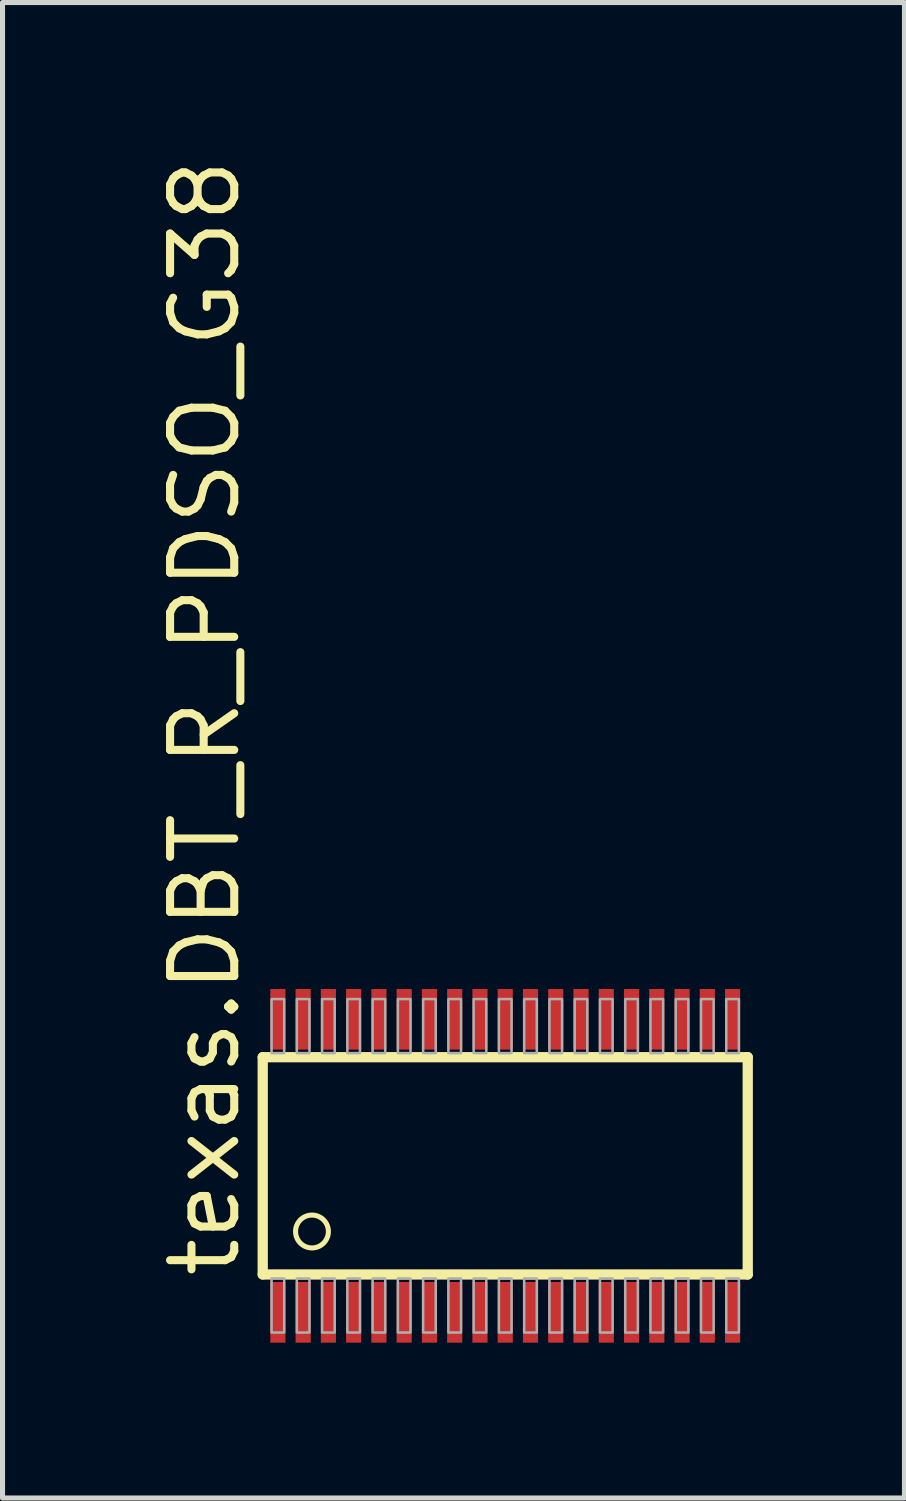
<source format=kicad_pcb>
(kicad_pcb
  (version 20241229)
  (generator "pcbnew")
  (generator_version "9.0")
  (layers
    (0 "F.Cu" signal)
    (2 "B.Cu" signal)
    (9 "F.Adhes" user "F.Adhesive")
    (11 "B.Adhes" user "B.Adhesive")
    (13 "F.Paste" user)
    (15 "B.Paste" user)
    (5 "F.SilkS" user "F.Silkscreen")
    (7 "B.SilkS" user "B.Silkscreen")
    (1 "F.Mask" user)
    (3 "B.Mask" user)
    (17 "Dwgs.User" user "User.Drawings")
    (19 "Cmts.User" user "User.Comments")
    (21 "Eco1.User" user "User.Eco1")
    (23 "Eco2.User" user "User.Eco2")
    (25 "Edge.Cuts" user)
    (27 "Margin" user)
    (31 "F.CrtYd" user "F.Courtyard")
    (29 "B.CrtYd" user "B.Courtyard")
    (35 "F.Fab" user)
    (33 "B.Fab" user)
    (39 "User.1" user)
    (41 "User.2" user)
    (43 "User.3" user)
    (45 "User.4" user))
  (footprint "texas.DBT_R_PDSO_G38"
    (layer "F.Cu")
    (at 6.95 20.025)
    (property "Reference" "texas.DBT_R_PDSO_G38" (at -5.2 2.275 90) (layer "F.SilkS") (effects (font (size 1.27 1.27) (thickness 0.16)) (justify left bottom)))
    (attr smd)
    (fp_rect (start -4.675 -2.25) (end -4.325 -3.55) (stroke (width 0.05) (type default)) (fill yes) (layer "F.Mask"))
    (fp_rect (start -4.675 3.55) (end -4.325 2.25) (stroke (width 0.05) (type default)) (fill yes) (layer "F.Mask"))
    (fp_rect (start -4.175 -2.25) (end -3.825 -3.55) (stroke (width 0.05) (type default)) (fill yes) (layer "F.Mask"))
    (fp_rect (start -4.175 3.55) (end -3.825 2.25) (stroke (width 0.05) (type default)) (fill yes) (layer "F.Mask"))
    (fp_rect (start -3.675 -2.25) (end -3.325 -3.55) (stroke (width 0.05) (type default)) (fill yes) (layer "F.Mask"))
    (fp_rect (start -3.675 3.55) (end -3.325 2.25) (stroke (width 0.05) (type default)) (fill yes) (layer "F.Mask"))
    (fp_rect (start -3.175 -2.25) (end -2.825 -3.55) (stroke (width 0.05) (type default)) (fill yes) (layer "F.Mask"))
    (fp_rect (start -3.175 3.55) (end -2.825 2.25) (stroke (width 0.05) (type default)) (fill yes) (layer "F.Mask"))
    (fp_rect (start -2.675 -2.25) (end -2.325 -3.55) (stroke (width 0.05) (type default)) (fill yes) (layer "F.Mask"))
    (fp_rect (start -2.675 3.55) (end -2.325 2.25) (stroke (width 0.05) (type default)) (fill yes) (layer "F.Mask"))
    (fp_rect (start -2.175 -2.25) (end -1.825 -3.55) (stroke (width 0.05) (type default)) (fill yes) (layer "F.Mask"))
    (fp_rect (start -2.175 3.55) (end -1.825 2.25) (stroke (width 0.05) (type default)) (fill yes) (layer "F.Mask"))
    (fp_rect (start -1.675 -2.25) (end -1.325 -3.55) (stroke (width 0.05) (type default)) (fill yes) (layer "F.Mask"))
    (fp_rect (start -1.675 3.55) (end -1.325 2.25) (stroke (width 0.05) (type default)) (fill yes) (layer "F.Mask"))
    (fp_rect (start -1.175 -2.25) (end -0.825 -3.55) (stroke (width 0.05) (type default)) (fill yes) (layer "F.Mask"))
    (fp_rect (start -1.175 3.55) (end -0.825 2.25) (stroke (width 0.05) (type default)) (fill yes) (layer "F.Mask"))
    (fp_rect (start -0.675 -2.25) (end -0.325 -3.55) (stroke (width 0.05) (type default)) (fill yes) (layer "F.Mask"))
    (fp_rect (start -0.675 3.55) (end -0.325 2.25) (stroke (width 0.05) (type default)) (fill yes) (layer "F.Mask"))
    (fp_rect (start -0.175 -2.25) (end 0.175 -3.55) (stroke (width 0.05) (type default)) (fill yes) (layer "F.Mask"))
    (fp_rect (start -0.175 3.55) (end 0.175 2.25) (stroke (width 0.05) (type default)) (fill yes) (layer "F.Mask"))
    (fp_rect (start 0.325 -2.25) (end 0.675 -3.55) (stroke (width 0.05) (type default)) (fill yes) (layer "F.Mask"))
    (fp_rect (start 0.325 3.55) (end 0.675 2.25) (stroke (width 0.05) (type default)) (fill yes) (layer "F.Mask"))
    (fp_rect (start 0.825 -2.25) (end 1.175 -3.55) (stroke (width 0.05) (type default)) (fill yes) (layer "F.Mask"))
    (fp_rect (start 0.825 3.55) (end 1.175 2.25) (stroke (width 0.05) (type default)) (fill yes) (layer "F.Mask"))
    (fp_rect (start 1.325 -2.25) (end 1.675 -3.55) (stroke (width 0.05) (type default)) (fill yes) (layer "F.Mask"))
    (fp_rect (start 1.325 3.55) (end 1.675 2.25) (stroke (width 0.05) (type default)) (fill yes) (layer "F.Mask"))
    (fp_rect (start 1.825 -2.25) (end 2.175 -3.55) (stroke (width 0.05) (type default)) (fill yes) (layer "F.Mask"))
    (fp_rect (start 1.825 3.55) (end 2.175 2.25) (stroke (width 0.05) (type default)) (fill yes) (layer "F.Mask"))
    (fp_rect (start 2.325 -2.25) (end 2.675 -3.55) (stroke (width 0.05) (type default)) (fill yes) (layer "F.Mask"))
    (fp_rect (start 2.325 3.55) (end 2.675 2.25) (stroke (width 0.05) (type default)) (fill yes) (layer "F.Mask"))
    (fp_rect (start 2.825 -2.25) (end 3.175 -3.55) (stroke (width 0.05) (type default)) (fill yes) (layer "F.Mask"))
    (fp_rect (start 2.825 3.55) (end 3.175 2.25) (stroke (width 0.05) (type default)) (fill yes) (layer "F.Mask"))
    (fp_rect (start 3.325 -2.25) (end 3.675 -3.55) (stroke (width 0.05) (type default)) (fill yes) (layer "F.Mask"))
    (fp_rect (start 3.325 3.55) (end 3.675 2.25) (stroke (width 0.05) (type default)) (fill yes) (layer "F.Mask"))
    (fp_rect (start 3.825 -2.25) (end 4.175 -3.55) (stroke (width 0.05) (type default)) (fill yes) (layer "F.Mask"))
    (fp_rect (start 3.825 3.55) (end 4.175 2.25) (stroke (width 0.05) (type default)) (fill yes) (layer "F.Mask"))
    (fp_rect (start 4.325 -2.25) (end 4.675 -3.55) (stroke (width 0.05) (type default)) (fill yes) (layer "F.Mask"))
    (fp_rect (start 4.325 3.55) (end 4.675 2.25) (stroke (width 0.05) (type default)) (fill yes) (layer "F.Mask"))
    (fp_line (start -4.8 -2.15) (end 4.8 -2.15) (stroke (width 0.203) (type default)) (layer "F.SilkS"))
    (fp_line (start -4.8 2.15) (end -4.8 -2.15) (stroke (width 0.203) (type default)) (layer "F.SilkS"))
    (fp_line (start 4.8 -2.15) (end 4.8 2.15) (stroke (width 0.203) (type default)) (layer "F.SilkS"))
    (fp_line (start 4.8 2.15) (end -4.8 2.15) (stroke (width 0.203) (type default)) (layer "F.SilkS"))
    (fp_circle (center -3.825 1.3) (end -3.5 1.3) (stroke (width 0.1) (type default)) (fill no) (layer "F.SilkS"))
    (fp_rect (start -4.625 -2.23) (end -4.375 -3.3) (stroke (width 0.05) (type default)) (fill no) (layer "F.Fab"))
    (fp_rect (start -4.625 3.3) (end -4.375 2.23) (stroke (width 0.05) (type default)) (fill no) (layer "F.Fab"))
    (fp_rect (start -4.125 -2.23) (end -3.875 -3.3) (stroke (width 0.05) (type default)) (fill no) (layer "F.Fab"))
    (fp_rect (start -4.125 3.3) (end -3.875 2.23) (stroke (width 0.05) (type default)) (fill no) (layer "F.Fab"))
    (fp_rect (start -3.625 -2.23) (end -3.375 -3.3) (stroke (width 0.05) (type default)) (fill no) (layer "F.Fab"))
    (fp_rect (start -3.625 3.3) (end -3.375 2.23) (stroke (width 0.05) (type default)) (fill no) (layer "F.Fab"))
    (fp_rect (start -3.125 -2.23) (end -2.875 -3.3) (stroke (width 0.05) (type default)) (fill no) (layer "F.Fab"))
    (fp_rect (start -3.125 3.3) (end -2.875 2.23) (stroke (width 0.05) (type default)) (fill no) (layer "F.Fab"))
    (fp_rect (start -2.625 -2.23) (end -2.375 -3.3) (stroke (width 0.05) (type default)) (fill no) (layer "F.Fab"))
    (fp_rect (start -2.625 3.3) (end -2.375 2.23) (stroke (width 0.05) (type default)) (fill no) (layer "F.Fab"))
    (fp_rect (start -2.125 -2.23) (end -1.875 -3.3) (stroke (width 0.05) (type default)) (fill no) (layer "F.Fab"))
    (fp_rect (start -2.125 3.3) (end -1.875 2.23) (stroke (width 0.05) (type default)) (fill no) (layer "F.Fab"))
    (fp_rect (start -1.625 -2.23) (end -1.375 -3.3) (stroke (width 0.05) (type default)) (fill no) (layer "F.Fab"))
    (fp_rect (start -1.625 3.3) (end -1.375 2.23) (stroke (width 0.05) (type default)) (fill no) (layer "F.Fab"))
    (fp_rect (start -1.125 -2.23) (end -0.875 -3.3) (stroke (width 0.05) (type default)) (fill no) (layer "F.Fab"))
    (fp_rect (start -1.125 3.3) (end -0.875 2.23) (stroke (width 0.05) (type default)) (fill no) (layer "F.Fab"))
    (fp_rect (start -0.625 -2.23) (end -0.375 -3.3) (stroke (width 0.05) (type default)) (fill no) (layer "F.Fab"))
    (fp_rect (start -0.625 3.3) (end -0.375 2.23) (stroke (width 0.05) (type default)) (fill no) (layer "F.Fab"))
    (fp_rect (start -0.125 -2.23) (end 0.125 -3.3) (stroke (width 0.05) (type default)) (fill no) (layer "F.Fab"))
    (fp_rect (start -0.125 3.3) (end 0.125 2.23) (stroke (width 0.05) (type default)) (fill no) (layer "F.Fab"))
    (fp_rect (start 0.375 -2.23) (end 0.625 -3.3) (stroke (width 0.05) (type default)) (fill no) (layer "F.Fab"))
    (fp_rect (start 0.375 3.3) (end 0.625 2.23) (stroke (width 0.05) (type default)) (fill no) (layer "F.Fab"))
    (fp_rect (start 0.875 -2.23) (end 1.125 -3.3) (stroke (width 0.05) (type default)) (fill no) (layer "F.Fab"))
    (fp_rect (start 0.875 3.3) (end 1.125 2.23) (stroke (width 0.05) (type default)) (fill no) (layer "F.Fab"))
    (fp_rect (start 1.375 -2.23) (end 1.625 -3.3) (stroke (width 0.05) (type default)) (fill no) (layer "F.Fab"))
    (fp_rect (start 1.375 3.3) (end 1.625 2.23) (stroke (width 0.05) (type default)) (fill no) (layer "F.Fab"))
    (fp_rect (start 1.875 -2.23) (end 2.125 -3.3) (stroke (width 0.05) (type default)) (fill no) (layer "F.Fab"))
    (fp_rect (start 1.875 3.3) (end 2.125 2.23) (stroke (width 0.05) (type default)) (fill no) (layer "F.Fab"))
    (fp_rect (start 2.375 -2.23) (end 2.625 -3.3) (stroke (width 0.05) (type default)) (fill no) (layer "F.Fab"))
    (fp_rect (start 2.375 3.3) (end 2.625 2.23) (stroke (width 0.05) (type default)) (fill no) (layer "F.Fab"))
    (fp_rect (start 2.875 -2.23) (end 3.125 -3.3) (stroke (width 0.05) (type default)) (fill no) (layer "F.Fab"))
    (fp_rect (start 2.875 3.3) (end 3.125 2.23) (stroke (width 0.05) (type default)) (fill no) (layer "F.Fab"))
    (fp_rect (start 3.375 -2.23) (end 3.625 -3.3) (stroke (width 0.05) (type default)) (fill no) (layer "F.Fab"))
    (fp_rect (start 3.375 3.3) (end 3.625 2.23) (stroke (width 0.05) (type default)) (fill no) (layer "F.Fab"))
    (fp_rect (start 3.875 -2.23) (end 4.125 -3.3) (stroke (width 0.05) (type default)) (fill no) (layer "F.Fab"))
    (fp_rect (start 3.875 3.3) (end 4.125 2.23) (stroke (width 0.05) (type default)) (fill no) (layer "F.Fab"))
    (fp_rect (start 4.375 -2.23) (end 4.625 -3.3) (stroke (width 0.05) (type default)) (fill no) (layer "F.Fab"))
    (fp_rect (start 4.375 3.3) (end 4.625 2.23) (stroke (width 0.05) (type default)) (fill no) (layer "F.Fab"))
    (pad "1" smd roundrect (at -4.5 2.9) (size 0.3 1.2) (layers "F.Cu" "F.Mask" "F.Paste") (roundrect_rratio 0.01))
    (pad "2" smd roundrect (at -4 2.9) (size 0.3 1.2) (layers "F.Cu" "F.Mask" "F.Paste") (roundrect_rratio 0.01))
    (pad "3" smd roundrect (at -3.5 2.9) (size 0.3 1.2) (layers "F.Cu" "F.Mask" "F.Paste") (roundrect_rratio 0.01))
    (pad "4" smd roundrect (at -3 2.9) (size 0.3 1.2) (layers "F.Cu" "F.Mask" "F.Paste") (roundrect_rratio 0.01))
    (pad "5" smd roundrect (at -2.5 2.9) (size 0.3 1.2) (layers "F.Cu" "F.Mask" "F.Paste") (roundrect_rratio 0.01))
    (pad "6" smd roundrect (at -2 2.9) (size 0.3 1.2) (layers "F.Cu" "F.Mask" "F.Paste") (roundrect_rratio 0.01))
    (pad "7" smd roundrect (at -1.5 2.9) (size 0.3 1.2) (layers "F.Cu" "F.Mask" "F.Paste") (roundrect_rratio 0.01))
    (pad "8" smd roundrect (at -1 2.9) (size 0.3 1.2) (layers "F.Cu" "F.Mask" "F.Paste") (roundrect_rratio 0.01))
    (pad "9" smd roundrect (at -0.5 2.9) (size 0.3 1.2) (layers "F.Cu" "F.Mask" "F.Paste") (roundrect_rratio 0.01))
    (pad "10" smd roundrect (at 0 2.9) (size 0.3 1.2) (layers "F.Cu" "F.Mask" "F.Paste") (roundrect_rratio 0.01))
    (pad "11" smd roundrect (at 0.5 2.9) (size 0.3 1.2) (layers "F.Cu" "F.Mask" "F.Paste") (roundrect_rratio 0.01))
    (pad "12" smd roundrect (at 1 2.9) (size 0.3 1.2) (layers "F.Cu" "F.Mask" "F.Paste") (roundrect_rratio 0.01))
    (pad "13" smd roundrect (at 1.5 2.9) (size 0.3 1.2) (layers "F.Cu" "F.Mask" "F.Paste") (roundrect_rratio 0.01))
    (pad "14" smd roundrect (at 2 2.9) (size 0.3 1.2) (layers "F.Cu" "F.Mask" "F.Paste") (roundrect_rratio 0.01))
    (pad "15" smd roundrect (at 2.5 2.9) (size 0.3 1.2) (layers "F.Cu" "F.Mask" "F.Paste") (roundrect_rratio 0.01))
    (pad "16" smd roundrect (at 3 2.9) (size 0.3 1.2) (layers "F.Cu" "F.Mask" "F.Paste") (roundrect_rratio 0.01))
    (pad "17" smd roundrect (at 3.5 2.9) (size 0.3 1.2) (layers "F.Cu" "F.Mask" "F.Paste") (roundrect_rratio 0.01))
    (pad "18" smd roundrect (at 4 2.9) (size 0.3 1.2) (layers "F.Cu" "F.Mask" "F.Paste") (roundrect_rratio 0.01))
    (pad "19" smd roundrect (at 4.5 2.9) (size 0.3 1.2) (layers "F.Cu" "F.Mask" "F.Paste") (roundrect_rratio 0.01))
    (pad "20" smd roundrect (at 4.5 -2.9 180) (size 0.3 1.2) (layers "F.Cu" "F.Mask" "F.Paste") (roundrect_rratio 0.01))
    (pad "21" smd roundrect (at 4 -2.9 180) (size 0.3 1.2) (layers "F.Cu" "F.Mask" "F.Paste") (roundrect_rratio 0.01))
    (pad "22" smd roundrect (at 3.5 -2.9 180) (size 0.3 1.2) (layers "F.Cu" "F.Mask" "F.Paste") (roundrect_rratio 0.01))
    (pad "23" smd roundrect (at 3 -2.9 180) (size 0.3 1.2) (layers "F.Cu" "F.Mask" "F.Paste") (roundrect_rratio 0.01))
    (pad "24" smd roundrect (at 2.5 -2.9 180) (size 0.3 1.2) (layers "F.Cu" "F.Mask" "F.Paste") (roundrect_rratio 0.01))
    (pad "25" smd roundrect (at 2 -2.9 180) (size 0.3 1.2) (layers "F.Cu" "F.Mask" "F.Paste") (roundrect_rratio 0.01))
    (pad "26" smd roundrect (at 1.5 -2.9 180) (size 0.3 1.2) (layers "F.Cu" "F.Mask" "F.Paste") (roundrect_rratio 0.01))
    (pad "27" smd roundrect (at 1 -2.9 180) (size 0.3 1.2) (layers "F.Cu" "F.Mask" "F.Paste") (roundrect_rratio 0.01))
    (pad "28" smd roundrect (at 0.5 -2.9 180) (size 0.3 1.2) (layers "F.Cu" "F.Mask" "F.Paste") (roundrect_rratio 0.01))
    (pad "29" smd roundrect (at 0 -2.9 180) (size 0.3 1.2) (layers "F.Cu" "F.Mask" "F.Paste") (roundrect_rratio 0.01))
    (pad "30" smd roundrect (at -0.5 -2.9 180) (size 0.3 1.2) (layers "F.Cu" "F.Mask" "F.Paste") (roundrect_rratio 0.01))
    (pad "31" smd roundrect (at -1 -2.9 180) (size 0.3 1.2) (layers "F.Cu" "F.Mask" "F.Paste") (roundrect_rratio 0.01))
    (pad "32" smd roundrect (at -1.5 -2.9 180) (size 0.3 1.2) (layers "F.Cu" "F.Mask" "F.Paste") (roundrect_rratio 0.01))
    (pad "33" smd roundrect (at -2 -2.9 180) (size 0.3 1.2) (layers "F.Cu" "F.Mask" "F.Paste") (roundrect_rratio 0.01))
    (pad "34" smd roundrect (at -2.5 -2.9 180) (size 0.3 1.2) (layers "F.Cu" "F.Mask" "F.Paste") (roundrect_rratio 0.01))
    (pad "35" smd roundrect (at -3 -2.9 180) (size 0.3 1.2) (layers "F.Cu" "F.Mask" "F.Paste") (roundrect_rratio 0.01))
    (pad "36" smd roundrect (at -3.5 -2.9 180) (size 0.3 1.2) (layers "F.Cu" "F.Mask" "F.Paste") (roundrect_rratio 0.01))
    (pad "37" smd roundrect (at -4 -2.9 180) (size 0.3 1.2) (layers "F.Cu" "F.Mask" "F.Paste") (roundrect_rratio 0.01))
    (pad "38" smd roundrect (at -4.5 -2.9 180) (size 0.3 1.2) (layers "F.Cu" "F.Mask" "F.Paste") (roundrect_rratio 0.01)))
  (gr_rect
    (start -3 -3)
    (end 14.852 26.6)
    (stroke (width 0.1) (type default))
    (fill no)
    (layer "Edge.Cuts")))
</source>
